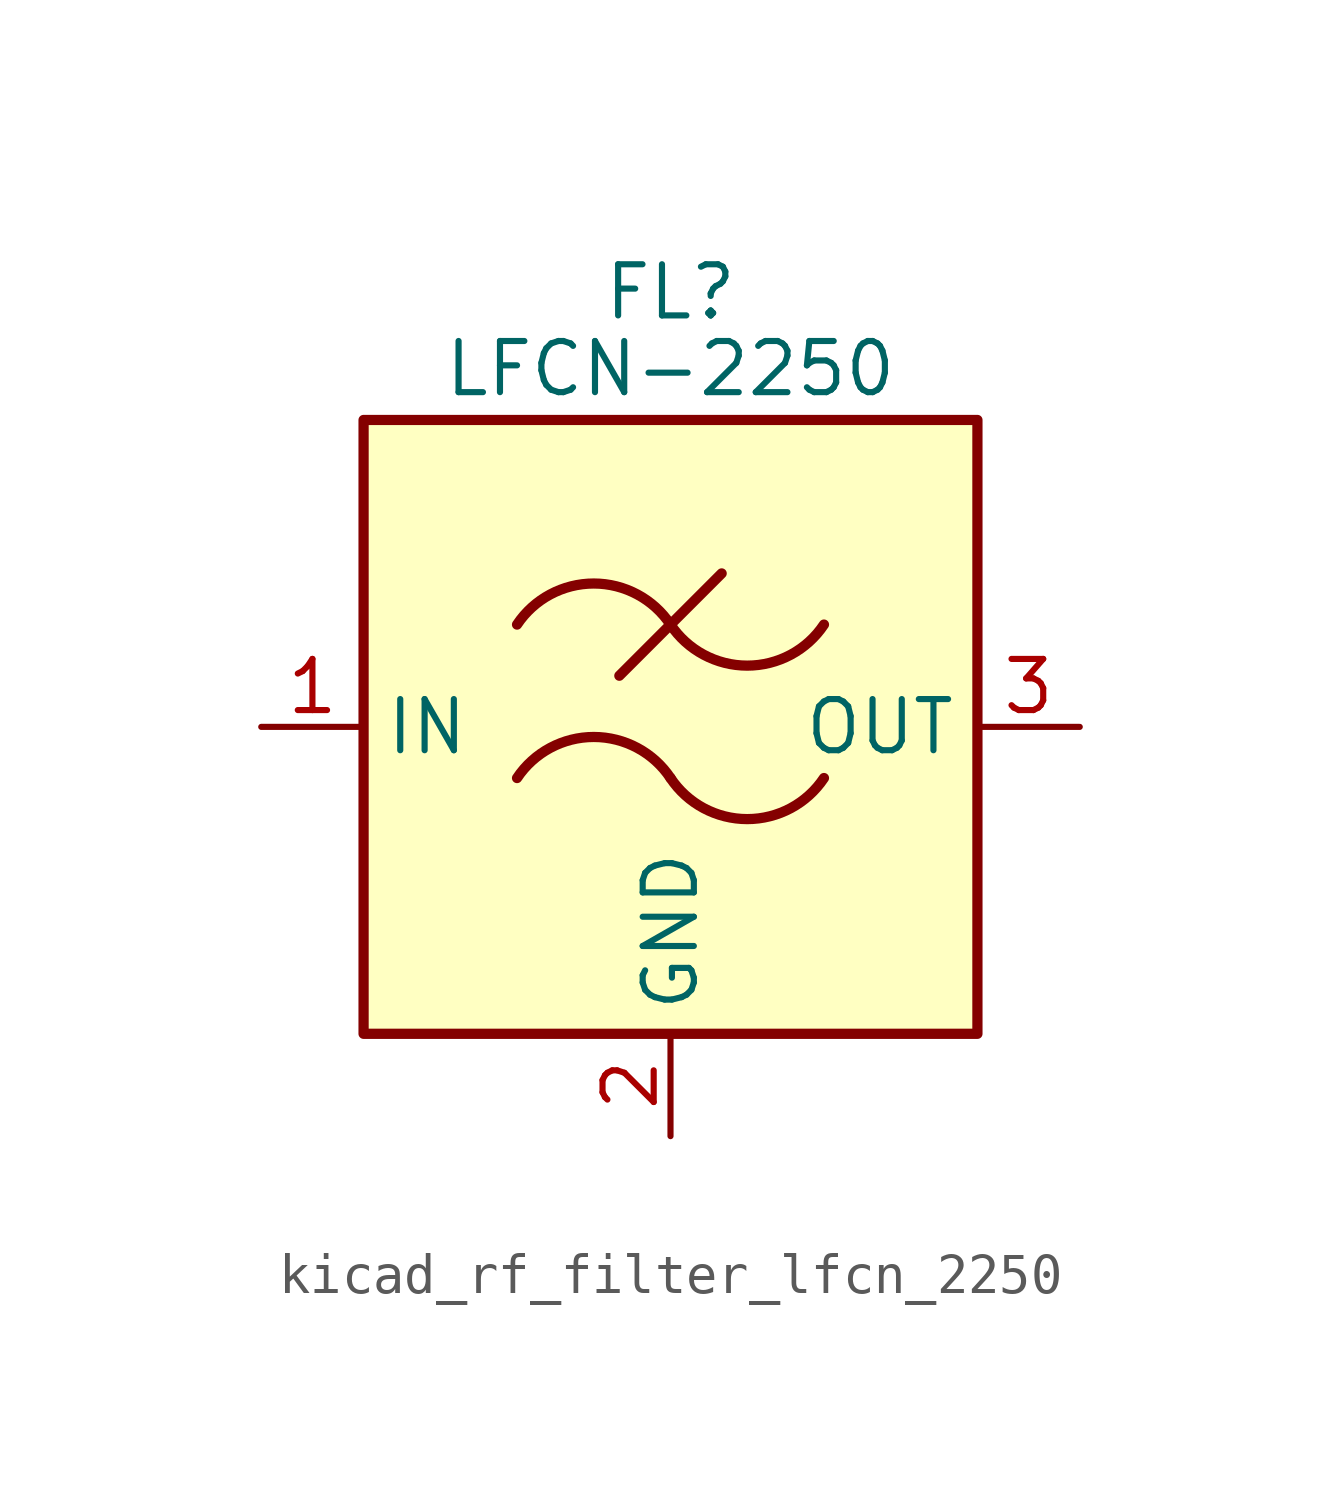
<source format=kicad_sym>
(kicad_symbol_lib
  (version 20220914)
  (generator kicad_symbol_editor)
  (symbol "kicad_rf_filter_lfcn_2250"
    (property "Reference" "FL"
      (at 0 10.795 0)
      (effects (font (size 1.27 1.27))))
    (property "Value" "LFCN-2250"
      (at 0 8.89 0)
      (effects (font (size 1.27 1.27))))
    (symbol "kicad_rf_filter_lfcn_2250_0_1"
      (rectangle (start -7.62 7.62) (end 7.62 -7.62) (stroke (width 0.254) (type default)) (fill (type background)))
      (arc (start 0 -1.27) (mid -1.905 -0.2505) (end -3.81 -1.27) (stroke (width 0.254) (type default)) (fill (type none)))
      (arc (start 0 -1.27) (mid 1.905 -2.2895) (end 3.81 -1.27) (stroke (width 0.254) (type default)) (fill (type none)))
      (polyline (pts (xy -1.27 1.27) (xy 1.27 3.81)) (stroke (width 0.254) (type default)) (fill (type none)))
      (arc (start 0 2.54) (mid -1.905 3.5595) (end -3.81 2.54) (stroke (width 0.254) (type default)) (fill (type none)))
      (arc (start 0 2.54) (mid 1.905 1.5205) (end 3.81 2.54) (stroke (width 0.254) (type default)) (fill (type none))))
    (symbol "kicad_rf_filter_lfcn_2250_1_1"
      (pin passive line (at -10.16 0 0) (length 2.54) (name "IN" (effects (font (size 1.27 1.27)))) (number "1" (effects (font (size 1.27 1.27)))))
      (pin passive line (at 0 -10.16 90) (length 2.54) (name "GND" (effects (font (size 1.27 1.27)))) (number "2" (effects (font (size 1.27 1.27)))))
      (pin passive line (at 10.16 0 180) (length 2.54) (name "OUT" (effects (font (size 1.27 1.27)))) (number "3" (effects (font (size 1.27 1.27)))))
      (pin passive line (at 0 -10.16 90) (length 2.54) hide (name "GND" (effects (font (size 1.27 1.27)))) (number "4" (effects (font (size 1.27 1.27))))))))
</source>
